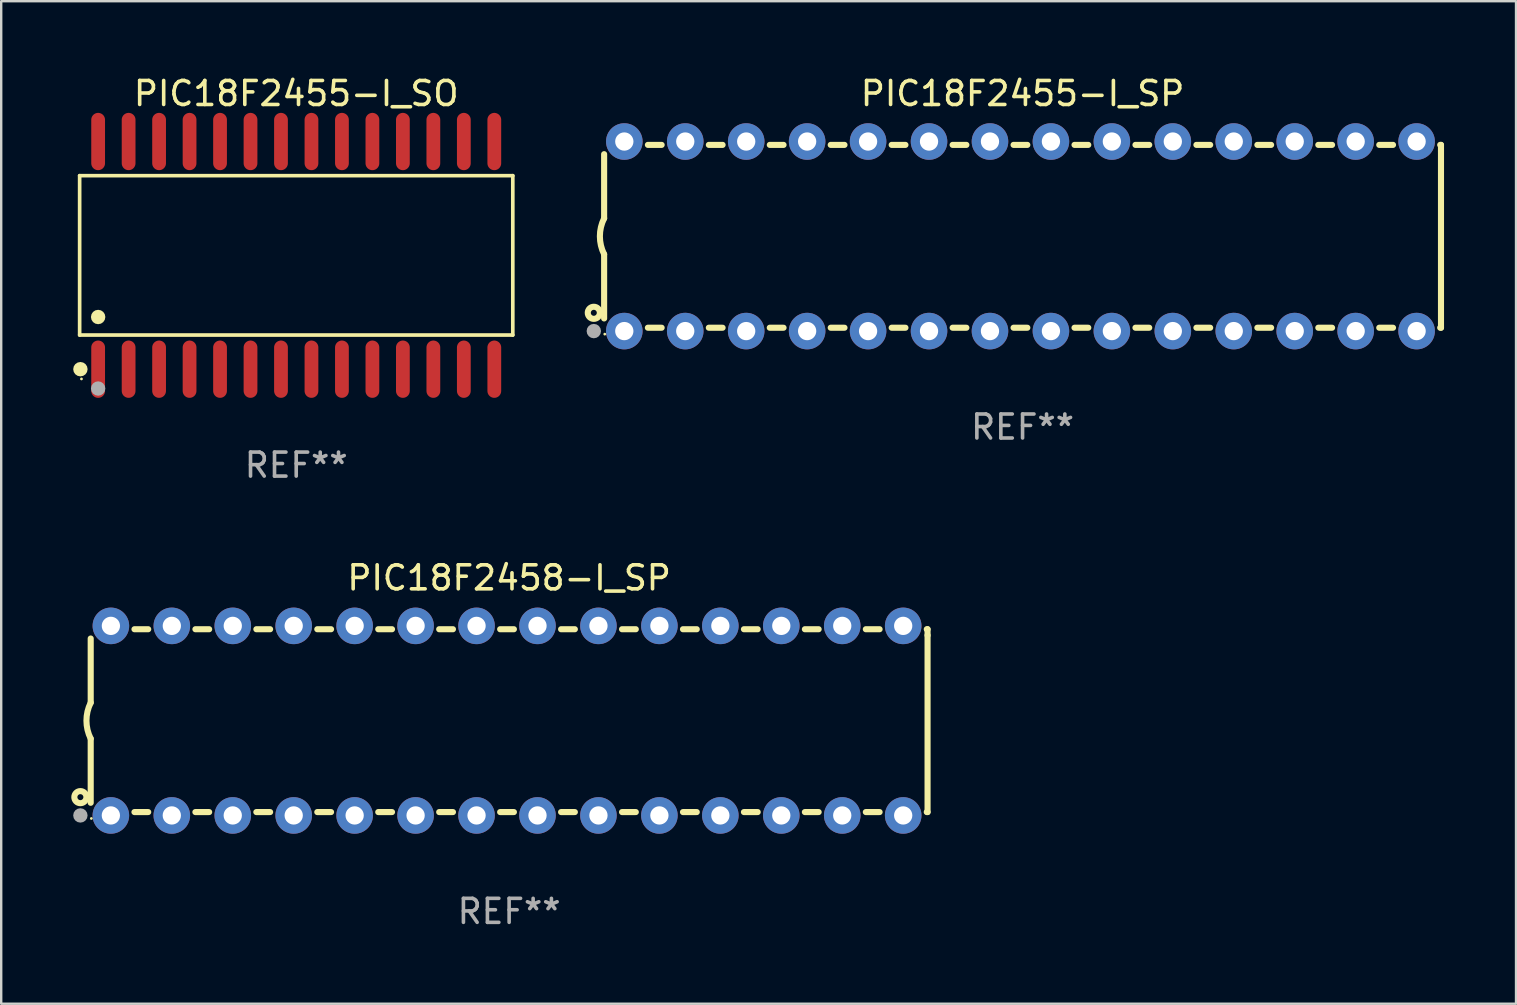
<source format=kicad_pcb>
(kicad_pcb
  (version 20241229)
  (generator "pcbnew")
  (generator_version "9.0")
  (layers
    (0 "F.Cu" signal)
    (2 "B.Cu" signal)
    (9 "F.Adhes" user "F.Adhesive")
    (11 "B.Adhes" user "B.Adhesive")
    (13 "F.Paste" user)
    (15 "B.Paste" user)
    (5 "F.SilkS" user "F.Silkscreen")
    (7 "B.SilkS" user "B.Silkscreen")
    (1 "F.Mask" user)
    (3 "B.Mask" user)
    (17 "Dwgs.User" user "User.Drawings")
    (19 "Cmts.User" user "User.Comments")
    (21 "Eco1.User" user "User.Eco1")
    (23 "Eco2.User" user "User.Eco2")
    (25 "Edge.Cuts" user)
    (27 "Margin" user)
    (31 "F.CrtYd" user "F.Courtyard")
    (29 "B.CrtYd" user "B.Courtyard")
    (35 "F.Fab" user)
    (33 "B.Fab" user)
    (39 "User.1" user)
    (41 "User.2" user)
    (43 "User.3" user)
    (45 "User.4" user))
  (footprint "PIC18F2455-I_SO"
    (layer "F.Cu")
    (at 9.295 7.592)
    (property "Reference" "PIC18F2455-I_SO" (at 0 -6.744 0) (layer "F.SilkS") (effects (font (size 1 1) (thickness 0.15))))
    (attr through_hole)
    (fp_line (start -9.026 -3.321) (end 9.026 -3.321) (stroke (width 0.152) (type solid)) (layer "F.SilkS"))
    (fp_line (start -9.026 3.321) (end -9.026 -3.321) (stroke (width 0.152) (type solid)) (layer "F.SilkS"))
    (fp_line (start 9.026 -3.321) (end 9.026 3.321) (stroke (width 0.152) (type solid)) (layer "F.SilkS"))
    (fp_line (start 9.026 3.321) (end -9.026 3.321) (stroke (width 0.152) (type solid)) (layer "F.SilkS"))
    (fp_circle (center -8.994 4.744) (end -8.844 4.744) (stroke (width 0.3) (type solid)) (fill no) (layer "F.SilkS"))
    (fp_circle (center -8.95 5.15) (end -8.92 5.15) (stroke (width 0.06) (type solid)) (fill no) (layer "F.SilkS"))
    (fp_circle (center -8.255 2.569) (end -8.105 2.569) (stroke (width 0.3) (type solid)) (fill no) (layer "F.SilkS"))
    (fp_circle (center -8.255 5.55) (end -8.105 5.55) (stroke (width 0.3) (type solid)) (fill no) (layer "F.Fab"))
    (fp_text user "REF**" (at 0 8.744 0) (layer "F.Fab") (effects (font (size 1 1) (thickness 0.15))))
    (pad "1" smd oval (at -8.255 4.744) (size 0.574 2.388) (layers "F.Cu" "F.Mask" "F.Paste"))
    (pad "2" smd oval (at -6.985 4.744) (size 0.574 2.388) (layers "F.Cu" "F.Mask" "F.Paste"))
    (pad "3" smd oval (at -5.715 4.744) (size 0.574 2.388) (layers "F.Cu" "F.Mask" "F.Paste"))
    (pad "4" smd oval (at -4.445 4.744) (size 0.574 2.388) (layers "F.Cu" "F.Mask" "F.Paste"))
    (pad "5" smd oval (at -3.175 4.744) (size 0.574 2.388) (layers "F.Cu" "F.Mask" "F.Paste"))
    (pad "6" smd oval (at -1.905 4.744) (size 0.574 2.388) (layers "F.Cu" "F.Mask" "F.Paste"))
    (pad "7" smd oval (at -0.635 4.744) (size 0.574 2.388) (layers "F.Cu" "F.Mask" "F.Paste"))
    (pad "8" smd oval (at 0.635 4.744) (size 0.574 2.388) (layers "F.Cu" "F.Mask" "F.Paste"))
    (pad "9" smd oval (at 1.905 4.744) (size 0.574 2.388) (layers "F.Cu" "F.Mask" "F.Paste"))
    (pad "10" smd oval (at 3.175 4.744) (size 0.574 2.388) (layers "F.Cu" "F.Mask" "F.Paste"))
    (pad "11" smd oval (at 4.445 4.744) (size 0.574 2.388) (layers "F.Cu" "F.Mask" "F.Paste"))
    (pad "12" smd oval (at 5.715 4.744) (size 0.574 2.388) (layers "F.Cu" "F.Mask" "F.Paste"))
    (pad "13" smd oval (at 6.985 4.744) (size 0.574 2.388) (layers "F.Cu" "F.Mask" "F.Paste"))
    (pad "14" smd oval (at 8.255 4.744) (size 0.574 2.388) (layers "F.Cu" "F.Mask" "F.Paste"))
    (pad "15" smd oval (at 8.255 -4.744) (size 0.574 2.388) (layers "F.Cu" "F.Mask" "F.Paste"))
    (pad "16" smd oval (at 6.985 -4.744) (size 0.574 2.388) (layers "F.Cu" "F.Mask" "F.Paste"))
    (pad "17" smd oval (at 5.715 -4.744) (size 0.574 2.388) (layers "F.Cu" "F.Mask" "F.Paste"))
    (pad "18" smd oval (at 4.445 -4.744) (size 0.574 2.388) (layers "F.Cu" "F.Mask" "F.Paste"))
    (pad "19" smd oval (at 3.175 -4.744) (size 0.574 2.388) (layers "F.Cu" "F.Mask" "F.Paste"))
    (pad "20" smd oval (at 1.905 -4.744) (size 0.574 2.388) (layers "F.Cu" "F.Mask" "F.Paste"))
    (pad "21" smd oval (at 0.635 -4.744) (size 0.574 2.388) (layers "F.Cu" "F.Mask" "F.Paste"))
    (pad "22" smd oval (at -0.635 -4.744) (size 0.574 2.388) (layers "F.Cu" "F.Mask" "F.Paste"))
    (pad "23" smd oval (at -1.905 -4.744) (size 0.574 2.388) (layers "F.Cu" "F.Mask" "F.Paste"))
    (pad "24" smd oval (at -3.175 -4.744) (size 0.574 2.388) (layers "F.Cu" "F.Mask" "F.Paste"))
    (pad "25" smd oval (at -4.445 -4.744) (size 0.574 2.388) (layers "F.Cu" "F.Mask" "F.Paste"))
    (pad "26" smd oval (at -5.715 -4.744) (size 0.574 2.388) (layers "F.Cu" "F.Mask" "F.Paste"))
    (pad "27" smd oval (at -6.985 -4.744) (size 0.574 2.388) (layers "F.Cu" "F.Mask" "F.Paste"))
    (pad "28" smd oval (at -8.255 -4.744) (size 0.574 2.388) (layers "F.Cu" "F.Mask" "F.Paste")))
  (footprint "PIC18F2455-I_SP"
    (layer "F.Cu")
    (at 39.565 6.798)
    (property "Reference" "PIC18F2455-I_SP" (at 0 -5.95 0) (layer "F.SilkS") (effects (font (size 1 1) (thickness 0.15))))
    (attr through_hole)
    (fp_line (start -17.438 0.75) (end -17.438 3.423) (stroke (width 0.254) (type solid)) (layer "F.SilkS"))
    (fp_line (start -17.438 -3.423) (end -17.438 -0.75) (stroke (width 0.254) (type solid)) (layer "F.SilkS"))
    (fp_line (start -15.615 3.81) (end -15.041 3.81) (stroke (width 0.254) (type solid)) (layer "F.SilkS"))
    (fp_line (start -15.041 -3.81) (end -15.614 -3.81) (stroke (width 0.254) (type solid)) (layer "F.SilkS"))
    (fp_line (start -13.075 3.81) (end -12.501 3.81) (stroke (width 0.254) (type solid)) (layer "F.SilkS"))
    (fp_line (start -12.501 -3.81) (end -13.074 -3.81) (stroke (width 0.254) (type solid)) (layer "F.SilkS"))
    (fp_line (start -10.535 3.81) (end -9.961 3.81) (stroke (width 0.254) (type solid)) (layer "F.SilkS"))
    (fp_line (start -9.961 -3.81) (end -10.534 -3.81) (stroke (width 0.254) (type solid)) (layer "F.SilkS"))
    (fp_line (start -7.995 3.81) (end -7.421 3.81) (stroke (width 0.254) (type solid)) (layer "F.SilkS"))
    (fp_line (start -7.421 -3.81) (end -7.995 -3.81) (stroke (width 0.254) (type solid)) (layer "F.SilkS"))
    (fp_line (start -5.455 3.81) (end -4.881 3.81) (stroke (width 0.254) (type solid)) (layer "F.SilkS"))
    (fp_line (start -4.881 -3.81) (end -5.455 -3.81) (stroke (width 0.254) (type solid)) (layer "F.SilkS"))
    (fp_line (start -2.915 3.81) (end -2.341 3.81) (stroke (width 0.254) (type solid)) (layer "F.SilkS"))
    (fp_line (start -2.341 -3.81) (end -2.915 -3.81) (stroke (width 0.254) (type solid)) (layer "F.SilkS"))
    (fp_line (start -0.375 3.81) (end 0.199 3.81) (stroke (width 0.254) (type solid)) (layer "F.SilkS"))
    (fp_line (start 0.199 -3.81) (end -0.375 -3.81) (stroke (width 0.254) (type solid)) (layer "F.SilkS"))
    (fp_line (start 2.165 3.81) (end 2.739 3.81) (stroke (width 0.254) (type solid)) (layer "F.SilkS"))
    (fp_line (start 2.739 -3.81) (end 2.165 -3.81) (stroke (width 0.254) (type solid)) (layer "F.SilkS"))
    (fp_line (start 4.705 3.81) (end 5.279 3.81) (stroke (width 0.254) (type solid)) (layer "F.SilkS"))
    (fp_line (start 5.279 -3.81) (end 4.705 -3.81) (stroke (width 0.254) (type solid)) (layer "F.SilkS"))
    (fp_line (start 7.245 3.81) (end 7.819 3.81) (stroke (width 0.254) (type solid)) (layer "F.SilkS"))
    (fp_line (start 7.819 -3.81) (end 7.245 -3.81) (stroke (width 0.254) (type solid)) (layer "F.SilkS"))
    (fp_line (start 9.785 3.81) (end 10.359 3.81) (stroke (width 0.254) (type solid)) (layer "F.SilkS"))
    (fp_line (start 10.359 -3.81) (end 9.785 -3.81) (stroke (width 0.254) (type solid)) (layer "F.SilkS"))
    (fp_line (start 12.325 3.81) (end 12.899 3.81) (stroke (width 0.254) (type solid)) (layer "F.SilkS"))
    (fp_line (start 12.899 -3.81) (end 12.325 -3.81) (stroke (width 0.254) (type solid)) (layer "F.SilkS"))
    (fp_line (start 14.865 3.81) (end 15.439 3.81) (stroke (width 0.254) (type solid)) (layer "F.SilkS"))
    (fp_line (start 15.439 -3.81) (end 14.865 -3.81) (stroke (width 0.254) (type solid)) (layer "F.SilkS"))
    (fp_line (start 17.405 3.81) (end 17.438 3.81) (stroke (width 0.254) (type solid)) (layer "F.SilkS"))
    (fp_line (start 17.438 -3.81) (end 17.405 -3.81) (stroke (width 0.254) (type solid)) (layer "F.SilkS"))
    (fp_line (start 17.438 -3.556) (end 17.438 -3.81) (stroke (width 0.254) (type solid)) (layer "F.SilkS"))
    (fp_line (start 17.438 3.81) (end 17.438 -3.556) (stroke (width 0.254) (type solid)) (layer "F.SilkS"))
    (fp_arc (start -17.437986 0.749657) (mid -17.614887 -0.000024) (end -17.437783 -0.749657) (stroke (width 0.254001) (type solid)) (layer "F.SilkS"))
    (fp_circle (center -17.868 3.188) (end -17.743 3.188) (stroke (width 0.254) (type solid)) (fill no) (layer "F.SilkS"))
    (fp_circle (center -17.411 4.077) (end -17.381 4.077) (stroke (width 0.06) (type solid)) (fill no) (layer "F.SilkS"))
    (fp_circle (center -17.868 3.95) (end -17.718 3.95) (stroke (width 0.3) (type solid)) (fill no) (layer "F.Fab"))
    (fp_text user "REF**" (at 0 7.95 0) (layer "F.Fab") (effects (font (size 1 1) (thickness 0.15))))
    (pad "1" thru_hole circle (at -16.598 3.95) (size 1.524 1.524) (drill 0.762) (layers "*.Cu" "*.Mask"))
    (pad "2" thru_hole circle (at -14.058 3.95) (size 1.524 1.524) (drill 0.762) (layers "*.Cu" "*.Mask"))
    (pad "3" thru_hole circle (at -11.518 3.95) (size 1.524 1.524) (drill 0.762) (layers "*.Cu" "*.Mask"))
    (pad "4" thru_hole circle (at -8.978 3.95) (size 1.524 1.524) (drill 0.762) (layers "*.Cu" "*.Mask"))
    (pad "5" thru_hole circle (at -6.438 3.95) (size 1.524 1.524) (drill 0.762) (layers "*.Cu" "*.Mask"))
    (pad "6" thru_hole circle (at -3.898 3.95) (size 1.524 1.524) (drill 0.762) (layers "*.Cu" "*.Mask"))
    (pad "7" thru_hole circle (at -1.358 3.95) (size 1.524 1.524) (drill 0.762) (layers "*.Cu" "*.Mask"))
    (pad "8" thru_hole circle (at 1.182 3.95) (size 1.524 1.524) (drill 0.762) (layers "*.Cu" "*.Mask"))
    (pad "9" thru_hole circle (at 3.722 3.95) (size 1.524 1.524) (drill 0.762) (layers "*.Cu" "*.Mask"))
    (pad "10" thru_hole circle (at 6.262 3.95) (size 1.524 1.524) (drill 0.762) (layers "*.Cu" "*.Mask"))
    (pad "11" thru_hole circle (at 8.802 3.95) (size 1.524 1.524) (drill 0.762) (layers "*.Cu" "*.Mask"))
    (pad "12" thru_hole circle (at 11.342 3.95) (size 1.524 1.524) (drill 0.762) (layers "*.Cu" "*.Mask"))
    (pad "13" thru_hole circle (at 13.882 3.95) (size 1.524 1.524) (drill 0.762) (layers "*.Cu" "*.Mask"))
    (pad "14" thru_hole circle (at 16.422 3.95) (size 1.524 1.524) (drill 0.762) (layers "*.Cu" "*.Mask"))
    (pad "15" thru_hole circle (at 16.422 -3.95) (size 1.524 1.524) (drill 0.762) (layers "*.Cu" "*.Mask"))
    (pad "16" thru_hole circle (at 13.882 -3.95) (size 1.524 1.524) (drill 0.762) (layers "*.Cu" "*.Mask"))
    (pad "17" thru_hole circle (at 11.342 -3.95) (size 1.524 1.524) (drill 0.762) (layers "*.Cu" "*.Mask"))
    (pad "18" thru_hole circle (at 8.802 -3.95) (size 1.524 1.524) (drill 0.762) (layers "*.Cu" "*.Mask"))
    (pad "19" thru_hole circle (at 6.262 -3.95) (size 1.524 1.524) (drill 0.762) (layers "*.Cu" "*.Mask"))
    (pad "20" thru_hole circle (at 3.722 -3.95) (size 1.524 1.524) (drill 0.762) (layers "*.Cu" "*.Mask"))
    (pad "21" thru_hole circle (at 1.182 -3.95) (size 1.524 1.524) (drill 0.762) (layers "*.Cu" "*.Mask"))
    (pad "22" thru_hole circle (at -1.358 -3.95) (size 1.524 1.524) (drill 0.762) (layers "*.Cu" "*.Mask"))
    (pad "23" thru_hole circle (at -3.898 -3.95) (size 1.524 1.524) (drill 0.762) (layers "*.Cu" "*.Mask"))
    (pad "24" thru_hole circle (at -6.438 -3.95) (size 1.524 1.524) (drill 0.762) (layers "*.Cu" "*.Mask"))
    (pad "25" thru_hole circle (at -8.978 -3.95) (size 1.524 1.524) (drill 0.762) (layers "*.Cu" "*.Mask"))
    (pad "26" thru_hole circle (at -11.517 -3.95) (size 1.524 1.524) (drill 0.762) (layers "*.Cu" "*.Mask"))
    (pad "27" thru_hole circle (at -14.057 -3.95) (size 1.524 1.524) (drill 0.762) (layers "*.Cu" "*.Mask"))
    (pad "28" thru_hole circle (at -16.597 -3.95) (size 1.524 1.524) (drill 0.762) (layers "*.Cu" "*.Mask")))
  (footprint "PIC18F2458-I_SP"
    (layer "F.Cu")
    (at 18.168 26.983)
    (property "Reference" "PIC18F2458-I_SP" (at 0 -5.95 0) (layer "F.SilkS") (effects (font (size 1 1) (thickness 0.15))))
    (attr through_hole)
    (fp_line (start -17.438 0.75) (end -17.438 3.423) (stroke (width 0.254) (type solid)) (layer "F.SilkS"))
    (fp_line (start -17.438 -3.423) (end -17.438 -0.75) (stroke (width 0.254) (type solid)) (layer "F.SilkS"))
    (fp_line (start -15.615 3.81) (end -15.041 3.81) (stroke (width 0.254) (type solid)) (layer "F.SilkS"))
    (fp_line (start -15.041 -3.81) (end -15.614 -3.81) (stroke (width 0.254) (type solid)) (layer "F.SilkS"))
    (fp_line (start -13.075 3.81) (end -12.501 3.81) (stroke (width 0.254) (type solid)) (layer "F.SilkS"))
    (fp_line (start -12.501 -3.81) (end -13.074 -3.81) (stroke (width 0.254) (type solid)) (layer "F.SilkS"))
    (fp_line (start -10.535 3.81) (end -9.961 3.81) (stroke (width 0.254) (type solid)) (layer "F.SilkS"))
    (fp_line (start -9.961 -3.81) (end -10.534 -3.81) (stroke (width 0.254) (type solid)) (layer "F.SilkS"))
    (fp_line (start -7.995 3.81) (end -7.421 3.81) (stroke (width 0.254) (type solid)) (layer "F.SilkS"))
    (fp_line (start -7.421 -3.81) (end -7.995 -3.81) (stroke (width 0.254) (type solid)) (layer "F.SilkS"))
    (fp_line (start -5.455 3.81) (end -4.881 3.81) (stroke (width 0.254) (type solid)) (layer "F.SilkS"))
    (fp_line (start -4.881 -3.81) (end -5.455 -3.81) (stroke (width 0.254) (type solid)) (layer "F.SilkS"))
    (fp_line (start -2.915 3.81) (end -2.341 3.81) (stroke (width 0.254) (type solid)) (layer "F.SilkS"))
    (fp_line (start -2.341 -3.81) (end -2.915 -3.81) (stroke (width 0.254) (type solid)) (layer "F.SilkS"))
    (fp_line (start -0.375 3.81) (end 0.199 3.81) (stroke (width 0.254) (type solid)) (layer "F.SilkS"))
    (fp_line (start 0.199 -3.81) (end -0.375 -3.81) (stroke (width 0.254) (type solid)) (layer "F.SilkS"))
    (fp_line (start 2.165 3.81) (end 2.739 3.81) (stroke (width 0.254) (type solid)) (layer "F.SilkS"))
    (fp_line (start 2.739 -3.81) (end 2.165 -3.81) (stroke (width 0.254) (type solid)) (layer "F.SilkS"))
    (fp_line (start 4.705 3.81) (end 5.279 3.81) (stroke (width 0.254) (type solid)) (layer "F.SilkS"))
    (fp_line (start 5.279 -3.81) (end 4.705 -3.81) (stroke (width 0.254) (type solid)) (layer "F.SilkS"))
    (fp_line (start 7.245 3.81) (end 7.819 3.81) (stroke (width 0.254) (type solid)) (layer "F.SilkS"))
    (fp_line (start 7.819 -3.81) (end 7.245 -3.81) (stroke (width 0.254) (type solid)) (layer "F.SilkS"))
    (fp_line (start 9.785 3.81) (end 10.359 3.81) (stroke (width 0.254) (type solid)) (layer "F.SilkS"))
    (fp_line (start 10.359 -3.81) (end 9.785 -3.81) (stroke (width 0.254) (type solid)) (layer "F.SilkS"))
    (fp_line (start 12.325 3.81) (end 12.899 3.81) (stroke (width 0.254) (type solid)) (layer "F.SilkS"))
    (fp_line (start 12.899 -3.81) (end 12.325 -3.81) (stroke (width 0.254) (type solid)) (layer "F.SilkS"))
    (fp_line (start 14.865 3.81) (end 15.439 3.81) (stroke (width 0.254) (type solid)) (layer "F.SilkS"))
    (fp_line (start 15.439 -3.81) (end 14.865 -3.81) (stroke (width 0.254) (type solid)) (layer "F.SilkS"))
    (fp_line (start 17.405 3.81) (end 17.438 3.81) (stroke (width 0.254) (type solid)) (layer "F.SilkS"))
    (fp_line (start 17.438 -3.81) (end 17.405 -3.81) (stroke (width 0.254) (type solid)) (layer "F.SilkS"))
    (fp_line (start 17.438 -3.556) (end 17.438 -3.81) (stroke (width 0.254) (type solid)) (layer "F.SilkS"))
    (fp_line (start 17.438 3.81) (end 17.438 -3.556) (stroke (width 0.254) (type solid)) (layer "F.SilkS"))
    (fp_arc (start -17.437986 0.749657) (mid -17.614887 -0.000024) (end -17.437783 -0.749657) (stroke (width 0.254001) (type solid)) (layer "F.SilkS"))
    (fp_circle (center -17.868 3.188) (end -17.743 3.188) (stroke (width 0.254) (type solid)) (fill no) (layer "F.SilkS"))
    (fp_circle (center -17.411 4.077) (end -17.381 4.077) (stroke (width 0.06) (type solid)) (fill no) (layer "F.SilkS"))
    (fp_circle (center -17.868 3.95) (end -17.718 3.95) (stroke (width 0.3) (type solid)) (fill no) (layer "F.Fab"))
    (fp_text user "REF**" (at 0 7.95 0) (layer "F.Fab") (effects (font (size 1 1) (thickness 0.15))))
    (pad "1" thru_hole circle (at -16.598 3.95) (size 1.524 1.524) (drill 0.762) (layers "*.Cu" "*.Mask"))
    (pad "2" thru_hole circle (at -14.058 3.95) (size 1.524 1.524) (drill 0.762) (layers "*.Cu" "*.Mask"))
    (pad "3" thru_hole circle (at -11.518 3.95) (size 1.524 1.524) (drill 0.762) (layers "*.Cu" "*.Mask"))
    (pad "4" thru_hole circle (at -8.978 3.95) (size 1.524 1.524) (drill 0.762) (layers "*.Cu" "*.Mask"))
    (pad "5" thru_hole circle (at -6.438 3.95) (size 1.524 1.524) (drill 0.762) (layers "*.Cu" "*.Mask"))
    (pad "6" thru_hole circle (at -3.898 3.95) (size 1.524 1.524) (drill 0.762) (layers "*.Cu" "*.Mask"))
    (pad "7" thru_hole circle (at -1.358 3.95) (size 1.524 1.524) (drill 0.762) (layers "*.Cu" "*.Mask"))
    (pad "8" thru_hole circle (at 1.182 3.95) (size 1.524 1.524) (drill 0.762) (layers "*.Cu" "*.Mask"))
    (pad "9" thru_hole circle (at 3.722 3.95) (size 1.524 1.524) (drill 0.762) (layers "*.Cu" "*.Mask"))
    (pad "10" thru_hole circle (at 6.262 3.95) (size 1.524 1.524) (drill 0.762) (layers "*.Cu" "*.Mask"))
    (pad "11" thru_hole circle (at 8.802 3.95) (size 1.524 1.524) (drill 0.762) (layers "*.Cu" "*.Mask"))
    (pad "12" thru_hole circle (at 11.342 3.95) (size 1.524 1.524) (drill 0.762) (layers "*.Cu" "*.Mask"))
    (pad "13" thru_hole circle (at 13.882 3.95) (size 1.524 1.524) (drill 0.762) (layers "*.Cu" "*.Mask"))
    (pad "14" thru_hole circle (at 16.422 3.95) (size 1.524 1.524) (drill 0.762) (layers "*.Cu" "*.Mask"))
    (pad "15" thru_hole circle (at 16.422 -3.95) (size 1.524 1.524) (drill 0.762) (layers "*.Cu" "*.Mask"))
    (pad "16" thru_hole circle (at 13.882 -3.95) (size 1.524 1.524) (drill 0.762) (layers "*.Cu" "*.Mask"))
    (pad "17" thru_hole circle (at 11.342 -3.95) (size 1.524 1.524) (drill 0.762) (layers "*.Cu" "*.Mask"))
    (pad "18" thru_hole circle (at 8.802 -3.95) (size 1.524 1.524) (drill 0.762) (layers "*.Cu" "*.Mask"))
    (pad "19" thru_hole circle (at 6.262 -3.95) (size 1.524 1.524) (drill 0.762) (layers "*.Cu" "*.Mask"))
    (pad "20" thru_hole circle (at 3.722 -3.95) (size 1.524 1.524) (drill 0.762) (layers "*.Cu" "*.Mask"))
    (pad "21" thru_hole circle (at 1.182 -3.95) (size 1.524 1.524) (drill 0.762) (layers "*.Cu" "*.Mask"))
    (pad "22" thru_hole circle (at -1.358 -3.95) (size 1.524 1.524) (drill 0.762) (layers "*.Cu" "*.Mask"))
    (pad "23" thru_hole circle (at -3.898 -3.95) (size 1.524 1.524) (drill 0.762) (layers "*.Cu" "*.Mask"))
    (pad "24" thru_hole circle (at -6.438 -3.95) (size 1.524 1.524) (drill 0.762) (layers "*.Cu" "*.Mask"))
    (pad "25" thru_hole circle (at -8.978 -3.95) (size 1.524 1.524) (drill 0.762) (layers "*.Cu" "*.Mask"))
    (pad "26" thru_hole circle (at -11.517 -3.95) (size 1.524 1.524) (drill 0.762) (layers "*.Cu" "*.Mask"))
    (pad "27" thru_hole circle (at -14.057 -3.95) (size 1.524 1.524) (drill 0.762) (layers "*.Cu" "*.Mask"))
    (pad "28" thru_hole circle (at -16.597 -3.95) (size 1.524 1.524) (drill 0.762) (layers "*.Cu" "*.Mask")))
  (gr_rect
    (start -3 -3)
    (end 60.13 38.781)
    (stroke (width 0.1) (type default))
    (fill no)
    (layer "Edge.Cuts")))
</source>
